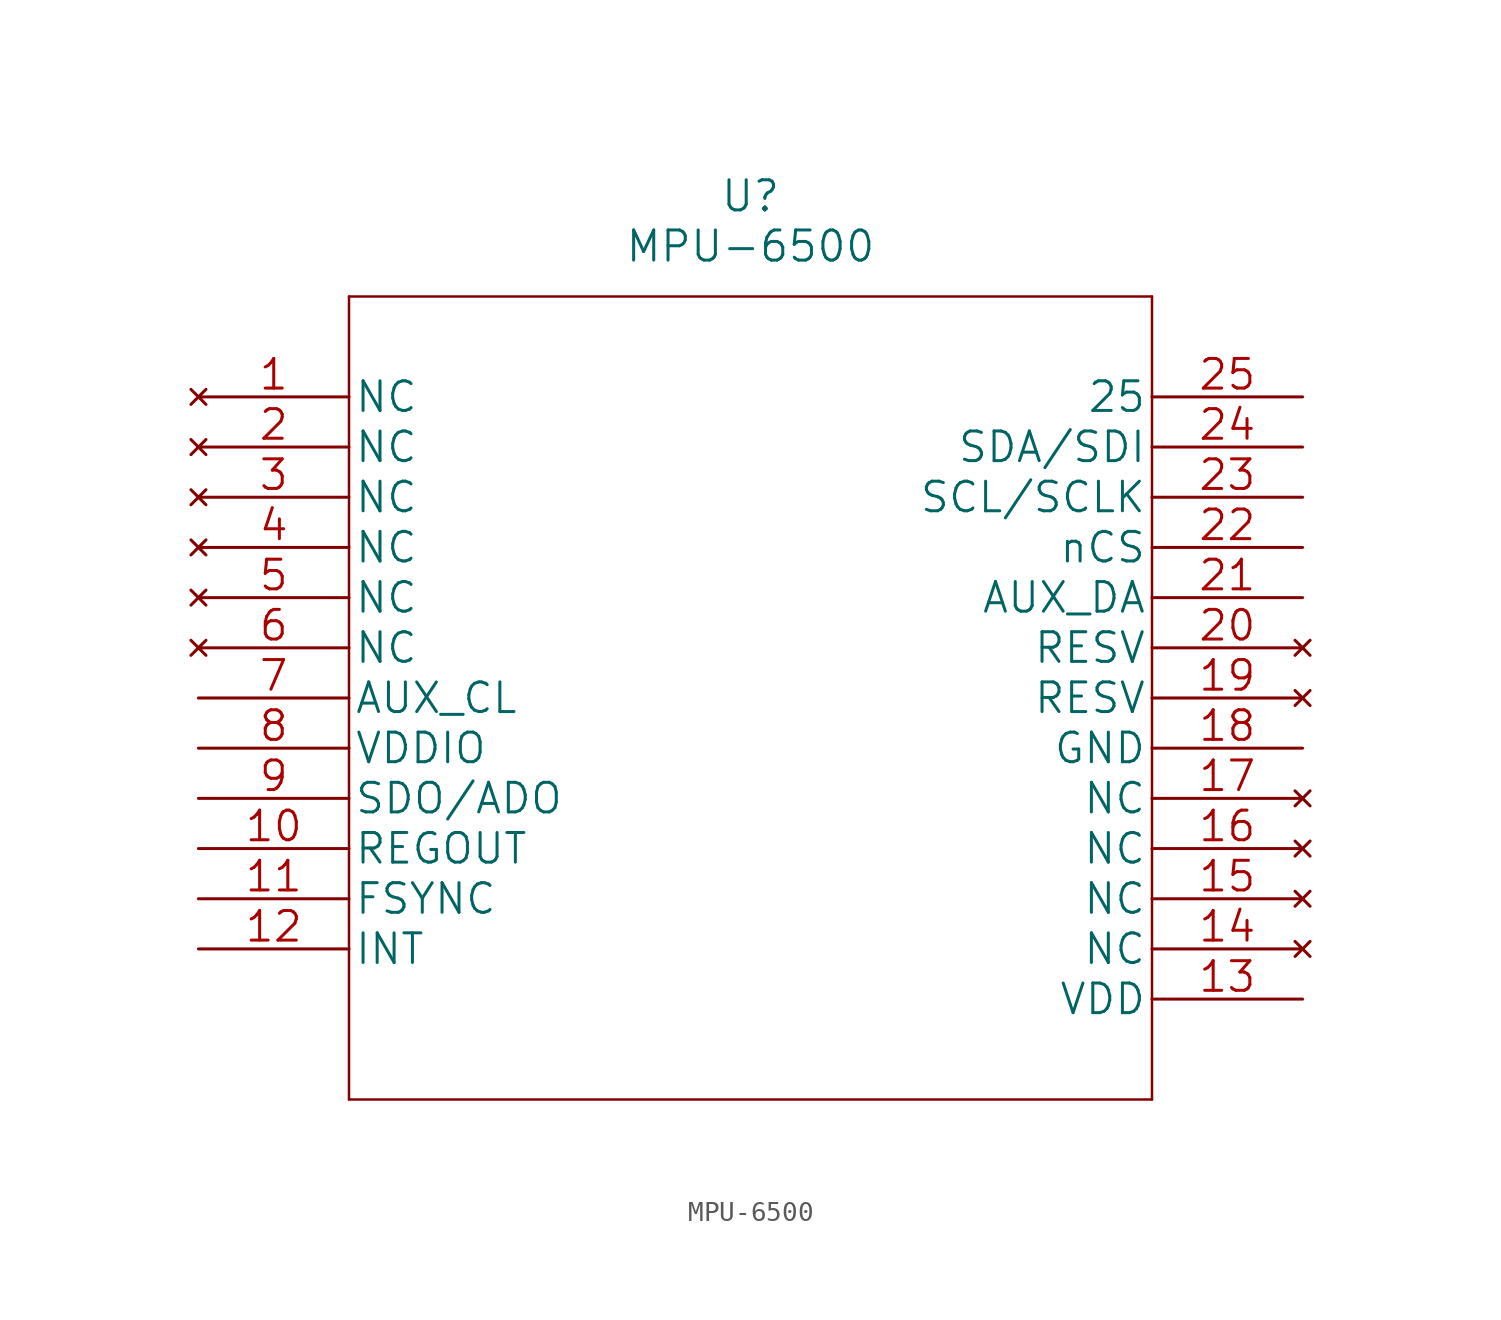
<source format=kicad_sym>
(kicad_symbol_lib
  (version 20220914)
  (generator kicad_symbol_editor)
  (symbol "MPU-6500"
    (pin_names
      (offset 0.254))
    (property "Reference" "U"
      (at 27.94 10.16 0)
      (effects (font (size 1.524 1.524))))
    (property "Value" "MPU-6500"
      (at 27.94 7.62 0)
      (effects (font (size 1.524 1.524))))
    (property "Datasheet" ""
      (at 0 0 0)
      (effects (font (size 1.524 1.524))))
    (property "ki_locked" ""
      (at 0 0 0)
      (effects (font (size 1.27 1.27))))
    (symbol "MPU-6500_1_1"
      (polyline (pts (xy 7.62 -35.56) (xy 48.26 -35.56)) (stroke (width 0.127) (type solid)) (fill (type none)))
      (polyline (pts (xy 7.62 5.08) (xy 7.62 -35.56)) (stroke (width 0.127) (type solid)) (fill (type none)))
      (polyline (pts (xy 48.26 -35.56) (xy 48.26 5.08)) (stroke (width 0.127) (type solid)) (fill (type none)))
      (polyline (pts (xy 48.26 5.08) (xy 7.62 5.08)) (stroke (width 0.127) (type solid)) (fill (type none)))
      (pin no_connect line (at 0 0 0) (length 7.62) (name "NC" (effects (font (size 1.499 1.499)))) (number "1" (effects (font (size 1.499 1.499)))))
      (pin unspecified line (at 0 -22.86 0) (length 7.62) (name "REGOUT" (effects (font (size 1.499 1.499)))) (number "10" (effects (font (size 1.499 1.499)))))
      (pin input line (at 0 -25.4 0) (length 7.62) (name "FSYNC" (effects (font (size 1.499 1.499)))) (number "11" (effects (font (size 1.499 1.499)))))
      (pin output line (at 0 -27.94 0) (length 7.62) (name "INT" (effects (font (size 1.499 1.499)))) (number "12" (effects (font (size 1.499 1.499)))))
      (pin power_in line (at 55.88 -30.48 180) (length 7.62) (name "VDD" (effects (font (size 1.499 1.499)))) (number "13" (effects (font (size 1.499 1.499)))))
      (pin no_connect line (at 55.88 -27.94 180) (length 7.62) (name "NC" (effects (font (size 1.499 1.499)))) (number "14" (effects (font (size 1.499 1.499)))))
      (pin no_connect line (at 55.88 -25.4 180) (length 7.62) (name "NC" (effects (font (size 1.499 1.499)))) (number "15" (effects (font (size 1.499 1.499)))))
      (pin no_connect line (at 55.88 -22.86 180) (length 7.62) (name "NC" (effects (font (size 1.499 1.499)))) (number "16" (effects (font (size 1.499 1.499)))))
      (pin no_connect line (at 55.88 -20.32 180) (length 7.62) (name "NC" (effects (font (size 1.499 1.499)))) (number "17" (effects (font (size 1.499 1.499)))))
      (pin power_in line (at 55.88 -17.78 180) (length 7.62) (name "GND" (effects (font (size 1.499 1.499)))) (number "18" (effects (font (size 1.499 1.499)))))
      (pin no_connect line (at 55.88 -15.24 180) (length 7.62) (name "RESV" (effects (font (size 1.499 1.499)))) (number "19" (effects (font (size 1.499 1.499)))))
      (pin no_connect line (at 0 -2.54 0) (length 7.62) (name "NC" (effects (font (size 1.499 1.499)))) (number "2" (effects (font (size 1.499 1.499)))))
      (pin no_connect line (at 55.88 -12.7 180) (length 7.62) (name "RESV" (effects (font (size 1.499 1.499)))) (number "20" (effects (font (size 1.499 1.499)))))
      (pin unspecified line (at 55.88 -10.16 180) (length 7.62) (name "AUX_DA" (effects (font (size 1.499 1.499)))) (number "21" (effects (font (size 1.499 1.499)))))
      (pin unspecified line (at 55.88 -7.62 180) (length 7.62) (name "nCS" (effects (font (size 1.499 1.499)))) (number "22" (effects (font (size 1.499 1.499)))))
      (pin unspecified line (at 55.88 -5.08 180) (length 7.62) (name "SCL/SCLK" (effects (font (size 1.499 1.499)))) (number "23" (effects (font (size 1.499 1.499)))))
      (pin unspecified line (at 55.88 -2.54 180) (length 7.62) (name "SDA/SDI" (effects (font (size 1.499 1.499)))) (number "24" (effects (font (size 1.499 1.499)))))
      (pin unspecified line (at 55.88 0 180) (length 7.62) (name "25" (effects (font (size 1.499 1.499)))) (number "25" (effects (font (size 1.499 1.499)))))
      (pin no_connect line (at 0 -5.08 0) (length 7.62) (name "NC" (effects (font (size 1.499 1.499)))) (number "3" (effects (font (size 1.499 1.499)))))
      (pin no_connect line (at 0 -7.62 0) (length 7.62) (name "NC" (effects (font (size 1.499 1.499)))) (number "4" (effects (font (size 1.499 1.499)))))
      (pin no_connect line (at 0 -10.16 0) (length 7.62) (name "NC" (effects (font (size 1.499 1.499)))) (number "5" (effects (font (size 1.499 1.499)))))
      (pin no_connect line (at 0 -12.7 0) (length 7.62) (name "NC" (effects (font (size 1.499 1.499)))) (number "6" (effects (font (size 1.499 1.499)))))
      (pin unspecified line (at 0 -15.24 0) (length 7.62) (name "AUX_CL" (effects (font (size 1.499 1.499)))) (number "7" (effects (font (size 1.499 1.499)))))
      (pin power_in line (at 0 -17.78 0) (length 7.62) (name "VDDIO" (effects (font (size 1.499 1.499)))) (number "8" (effects (font (size 1.499 1.499)))))
      (pin unspecified line (at 0 -20.32 0) (length 7.62) (name "SDO/ADO" (effects (font (size 1.499 1.499)))) (number "9" (effects (font (size 1.499 1.499))))))))
</source>
